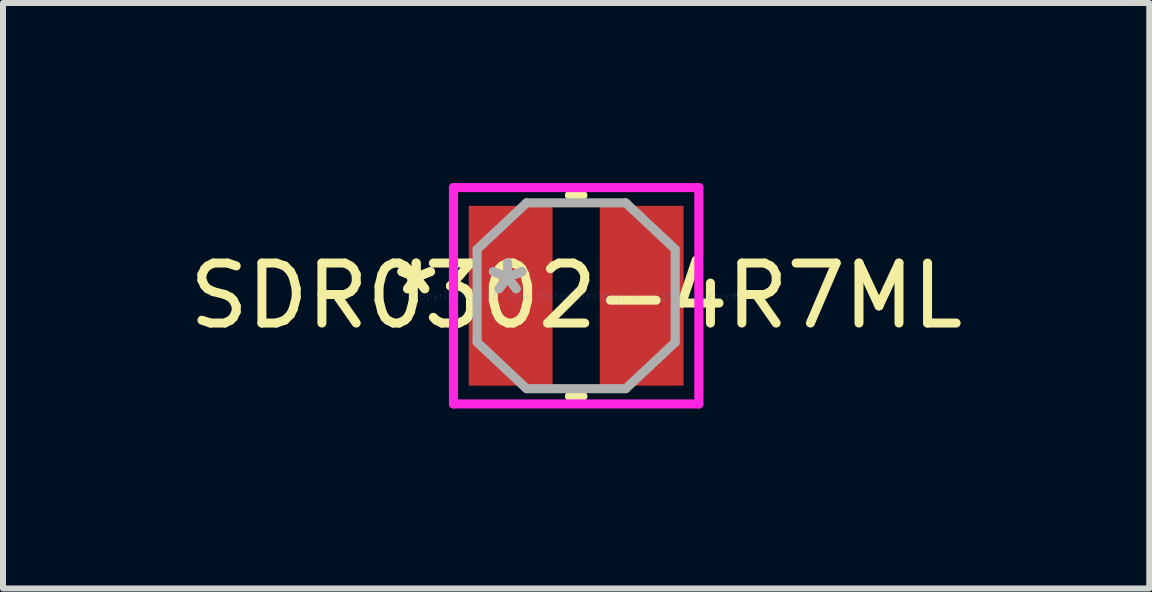
<source format=kicad_pcb>
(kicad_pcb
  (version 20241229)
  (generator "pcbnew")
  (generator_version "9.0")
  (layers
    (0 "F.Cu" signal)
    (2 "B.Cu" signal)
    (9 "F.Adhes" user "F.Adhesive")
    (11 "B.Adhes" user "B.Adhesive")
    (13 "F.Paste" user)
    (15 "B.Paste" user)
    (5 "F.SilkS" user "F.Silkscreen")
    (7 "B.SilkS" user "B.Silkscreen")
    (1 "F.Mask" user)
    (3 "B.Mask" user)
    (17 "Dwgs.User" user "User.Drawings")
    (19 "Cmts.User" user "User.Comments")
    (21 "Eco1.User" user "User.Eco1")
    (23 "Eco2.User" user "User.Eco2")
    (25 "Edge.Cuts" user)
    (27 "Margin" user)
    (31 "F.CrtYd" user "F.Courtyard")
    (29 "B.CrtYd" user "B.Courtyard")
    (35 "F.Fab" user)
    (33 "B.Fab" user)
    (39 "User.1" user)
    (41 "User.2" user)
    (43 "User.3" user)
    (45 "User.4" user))
  (footprint "SDR0302-4R7ML"
    (layer "F.Cu")
    (at 6.554 1.88)
    (property "Reference" "SDR0302-4R7ML" (at 0 0 0) (layer "F.SilkS") (effects (font (size 1 1) (thickness 0.15))))
    (attr through_hole)
    (fp_line (start -0.112 1.676) (end 0.112 1.676) (stroke (width 0.152) (type solid)) (layer "F.SilkS"))
    (fp_line (start 0.112 -1.676) (end -0.112 -1.676) (stroke (width 0.152) (type solid)) (layer "F.SilkS"))
    (fp_line (start -2.045 -1.803) (end 2.045 -1.803) (stroke (width 0.152) (type solid)) (layer "F.CrtYd"))
    (fp_line (start -2.045 1.803) (end -2.045 -1.803) (stroke (width 0.152) (type solid)) (layer "F.CrtYd"))
    (fp_line (start 2.045 -1.803) (end 2.045 1.803) (stroke (width 0.152) (type solid)) (layer "F.CrtYd"))
    (fp_line (start 2.045 1.803) (end -2.045 1.803) (stroke (width 0.152) (type solid)) (layer "F.CrtYd"))
    (fp_line (start -1.651 -0.775) (end -1.651 0.775) (stroke (width 0.152) (type solid)) (layer "F.Fab"))
    (fp_line (start -1.651 0.775) (end -0.826 1.549) (stroke (width 0.152) (type solid)) (layer "F.Fab"))
    (fp_line (start -0.826 -1.549) (end -1.651 -0.775) (stroke (width 0.152) (type solid)) (layer "F.Fab"))
    (fp_line (start -0.826 1.549) (end 0.826 1.549) (stroke (width 0.152) (type solid)) (layer "F.Fab"))
    (fp_line (start 0.826 -1.549) (end -0.826 -1.549) (stroke (width 0.152) (type solid)) (layer "F.Fab"))
    (fp_line (start 0.826 1.549) (end 1.651 0.775) (stroke (width 0.152) (type solid)) (layer "F.Fab"))
    (fp_line (start 1.651 -0.775) (end 0.826 -1.549) (stroke (width 0.152) (type solid)) (layer "F.Fab"))
    (fp_line (start 1.651 0.775) (end 1.651 -0.775) (stroke (width 0.152) (type solid)) (layer "F.Fab"))
    (fp_text user "*" (at -2.667 0 0) (layer "F.SilkS") (effects (font (size 1 1) (thickness 0.15))))
    (fp_text user "*" (at -2.667 0 0) (layer "F.SilkS") (effects (font (size 1 1) (thickness 0.15))))
    (fp_text user "Copyright 2016 Accelerated Designs. All rights reserved." (at 0 0 0) (layer "Cmts.User") (effects (font (size 0.127 0.127) (thickness 0.002))))
    (fp_text user "*" (at -1.143 0 0) (layer "F.Fab") (effects (font (size 1 1) (thickness 0.15))))
    (fp_text user "*" (at -1.143 0 0) (layer "F.Fab") (effects (font (size 1 1) (thickness 0.15))))
    (pad "1" smd rect (at -1.092 0) (size 1.397 2.997) (layers "F.Cu" "F.Mask" "F.Paste"))
    (pad "2" smd rect (at 1.092 0) (size 1.397 2.997) (layers "F.Cu" "F.Mask" "F.Paste")))
  (gr_rect
    (start -3 -3)
    (end 16.107 6.759)
    (stroke (width 0.1) (type default))
    (fill no)
    (layer "Edge.Cuts")))
</source>
